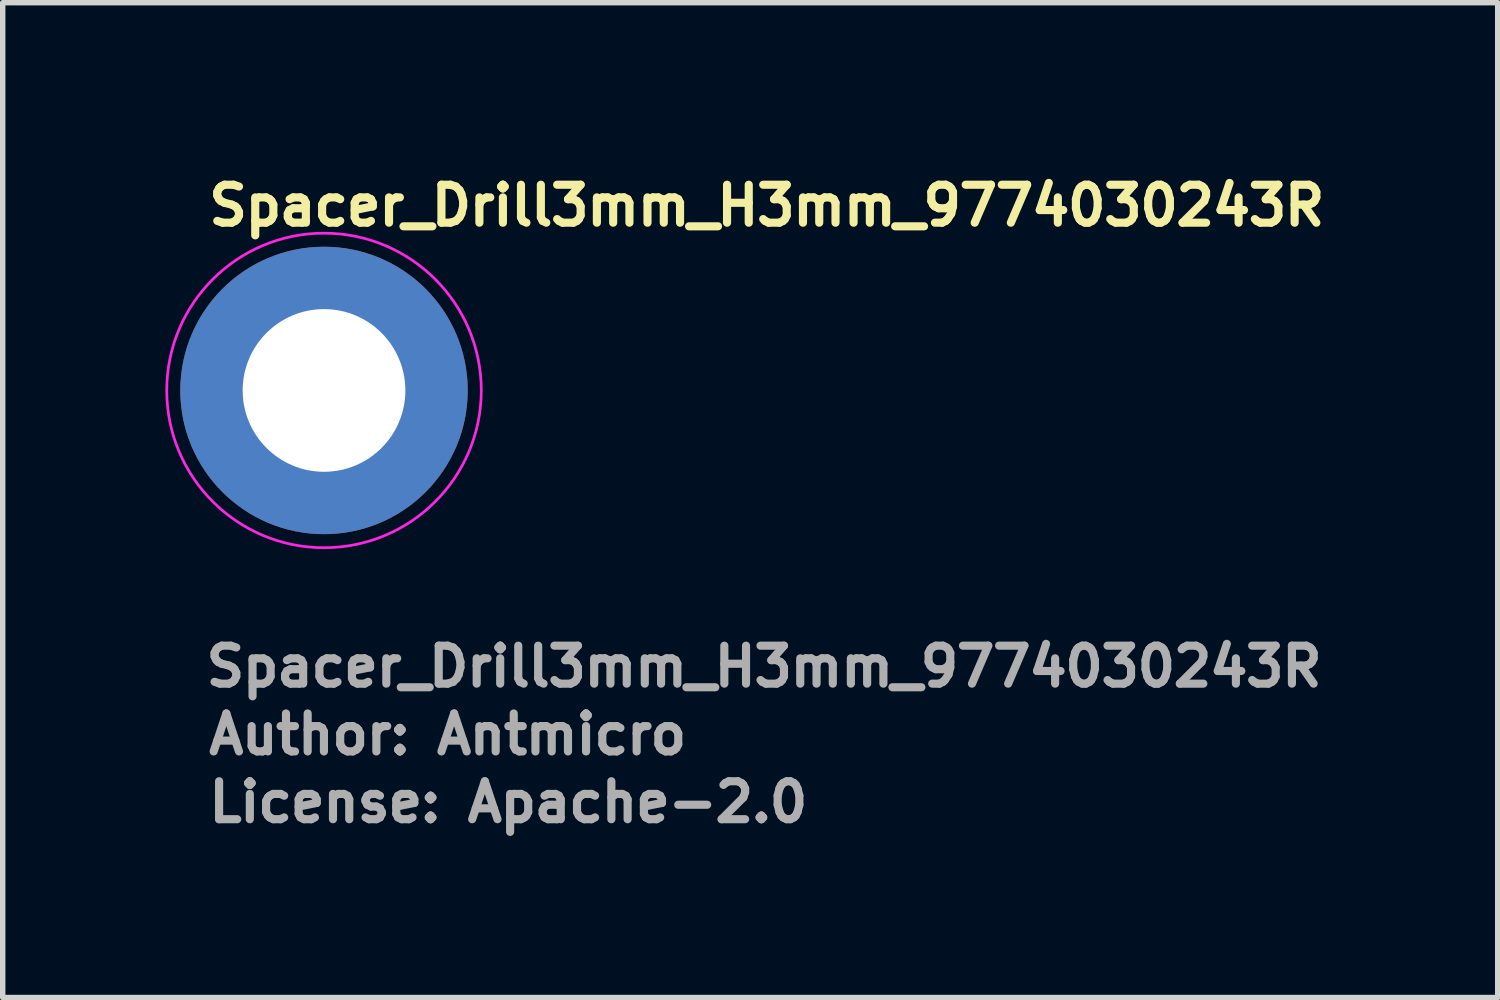
<source format=kicad_pcb>
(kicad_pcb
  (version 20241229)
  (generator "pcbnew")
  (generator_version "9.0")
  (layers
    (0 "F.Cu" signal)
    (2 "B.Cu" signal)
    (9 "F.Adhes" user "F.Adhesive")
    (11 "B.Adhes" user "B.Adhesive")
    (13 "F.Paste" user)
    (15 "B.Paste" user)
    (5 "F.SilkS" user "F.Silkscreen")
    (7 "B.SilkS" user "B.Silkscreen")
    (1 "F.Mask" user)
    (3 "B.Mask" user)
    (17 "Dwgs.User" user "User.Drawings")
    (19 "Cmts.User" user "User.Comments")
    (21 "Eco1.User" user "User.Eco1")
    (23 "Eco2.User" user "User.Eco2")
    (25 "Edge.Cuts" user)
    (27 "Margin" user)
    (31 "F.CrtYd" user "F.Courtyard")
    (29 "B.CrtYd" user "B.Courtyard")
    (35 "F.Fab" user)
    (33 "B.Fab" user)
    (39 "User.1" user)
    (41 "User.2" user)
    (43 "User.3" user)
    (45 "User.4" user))
  (footprint "Spacer_Drill3mm_H3mm_9774030243R"
    (layer "F.Cu")
    (at 2.925 4.15)
    (property "Reference" "Spacer_Drill3mm_H3mm_9774030243R" (at -2.2 -3 0) (layer "F.SilkS") (effects (font (size 0.7 0.7) (thickness 0.15)) (justify left bottom)))
    (attr smd)
    (fp_circle (center 0 0) (end 2.9 0) (stroke (width 0.05) (type default)) (fill no) (layer "F.CrtYd"))
    (fp_circle (center 0 0) (end 2.25 0) (stroke (width 0.12) (type solid)) (fill no) (layer "User.5"))
    (fp_circle (center 0 0) (end 0.8 0) (stroke (width 0.02) (type default)) (fill no) (layer "User.9"))
    (fp_circle (center 0 0) (end 2.2 0) (stroke (width 0.02) (type default)) (fill no) (layer "User.9"))
    (fp_text user "${REFERENCE}" (at -2.25 5.5 0) (layer "F.Fab") (effects (font (size 0.7 0.7) (thickness 0.15)) (justify left bottom)))
    (fp_text user "Author: Antmicro" (at -2.2 6.75 0) (layer "F.Fab") (effects (font (size 0.7 0.7) (thickness 0.15)) (justify left bottom)))
    (fp_text user "License: Apache-2.0" (at -2.2 8 0) (layer "F.Fab") (effects (font (size 0.7 0.7) (thickness 0.15)) (justify left bottom)))
    (pad "" smd custom (at -1.9 -0.8 180) (size 0.001 0.001) (layers "F.Paste") (options (anchor circle)) (primitives (gr_arc (start 0 0) (mid -0.450776 0.666202) (end -1.122183 1.109188) (width 1))))
    (pad "" smd custom (at -0.8 1.9 270) (size 0.001 0.001) (layers "F.Paste") (options (anchor circle)) (primitives (gr_arc (start 0 0) (mid -0.450776 0.666202) (end -1.122183 1.109188) (width 1))))
    (pad "" smd custom (at 0.8 -1.9 90) (size 0.001 0.001) (layers "F.Paste") (options (anchor circle)) (primitives (gr_arc (start 0 0) (mid -0.450776 0.666202) (end -1.122183 1.109188) (width 1))))
    (pad "" smd custom (at 1.9 0.8) (size 0.001 0.001) (layers "F.Paste") (options (anchor circle)) (primitives (gr_arc (start 0 0) (mid -0.450776 0.666202) (end -1.122183 1.109188) (width 1))))
    (pad "1" thru_hole circle (at 0 0) (size 5.3 5.3) (drill 3) (layers "*.Cu" "*.Mask")))
  (gr_rect
    (start -3 -3)
    (end 24.568 15.345)
    (stroke (width 0.1) (type default))
    (fill no)
    (layer "Edge.Cuts")))
</source>
